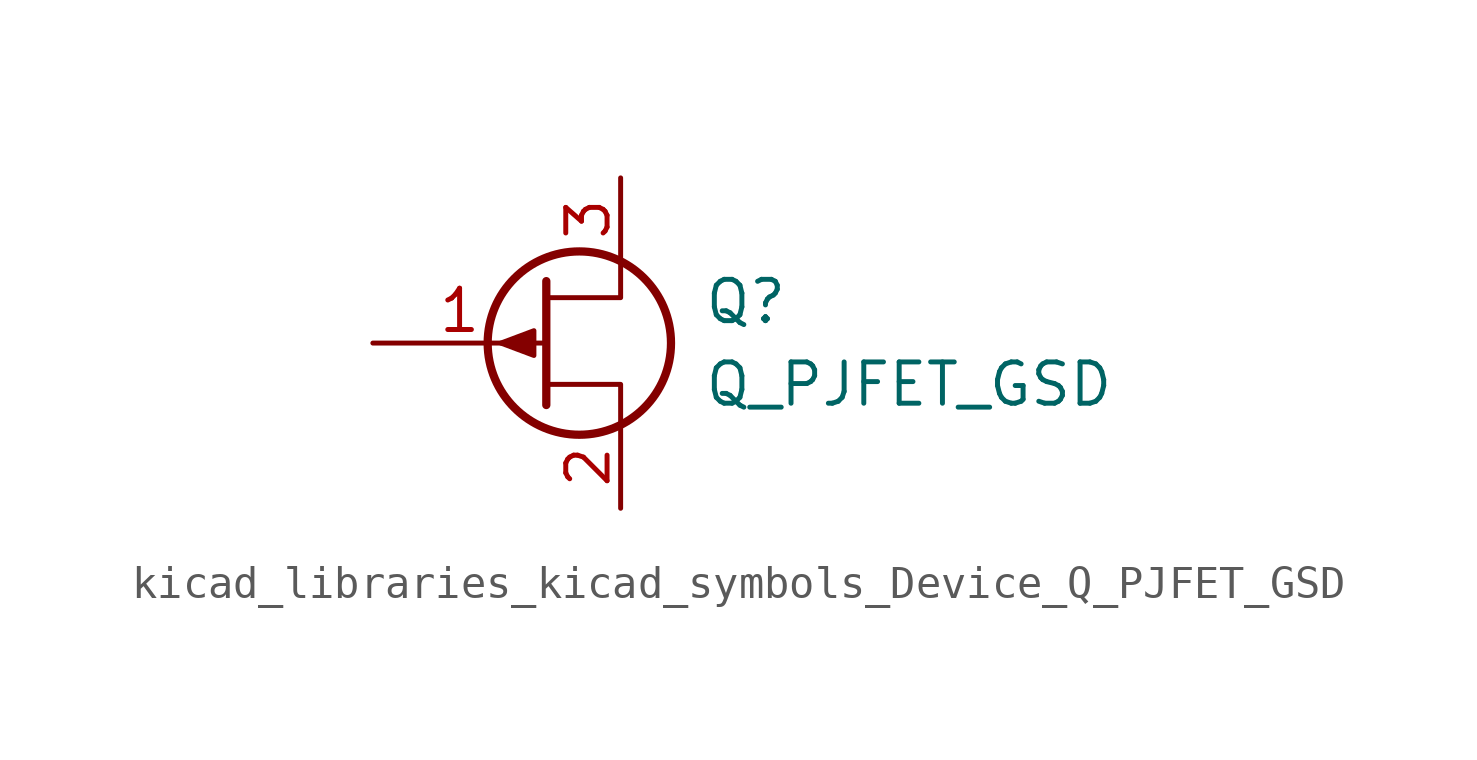
<source format=kicad_sym>
(kicad_symbol_lib
  (version 20220914)
  (generator kicad_symbol_editor)
  (symbol "kicad_libraries_kicad_symbols_Device_Q_PJFET_GSD"
    (pin_names
      (offset 0) hide)
    (property "Reference" "Q"
      (at 5.08 1.27 0)
      (effects (font (size 1.27 1.27)) (justify left)))
    (property "Value" "Q_PJFET_GSD"
      (at 5.08 -1.27 0)
      (effects (font (size 1.27 1.27)) (justify left)))
    (symbol "kicad_libraries_kicad_symbols_Device_Q_PJFET_GSD_0_1"
      (polyline (pts (xy 0.254 1.905) (xy 0.254 -1.905) (xy 0.254 -1.905)) (stroke (width 0.254) (type default)) (fill (type none)))
      (polyline (pts (xy 2.54 -2.54) (xy 2.54 -1.27) (xy 0.254 -1.27)) (stroke (width 0) (type default)) (fill (type none)))
      (polyline (pts (xy 2.54 2.54) (xy 2.54 1.397) (xy 0.254 1.397)) (stroke (width 0) (type default)) (fill (type none)))
      (polyline (pts (xy -1.143 0) (xy -0.127 0.381) (xy -0.127 -0.381) (xy -1.143 0)) (stroke (width 0) (type default)) (fill (type outline)))
      (circle (center 1.27 0) (radius 2.819) (stroke (width 0.254) (type default)) (fill (type none))))
    (symbol "kicad_libraries_kicad_symbols_Device_Q_PJFET_GSD_1_1"
      (pin input line (at -5.08 0 0) (length 5.334) (name "G" (effects (font (size 1.27 1.27)))) (number "1" (effects (font (size 1.27 1.27)))))
      (pin passive line (at 2.54 -5.08 90) (length 2.54) (name "S" (effects (font (size 1.27 1.27)))) (number "2" (effects (font (size 1.27 1.27)))))
      (pin passive line (at 2.54 5.08 270) (length 2.54) (name "D" (effects (font (size 1.27 1.27)))) (number "3" (effects (font (size 1.27 1.27))))))))
</source>
